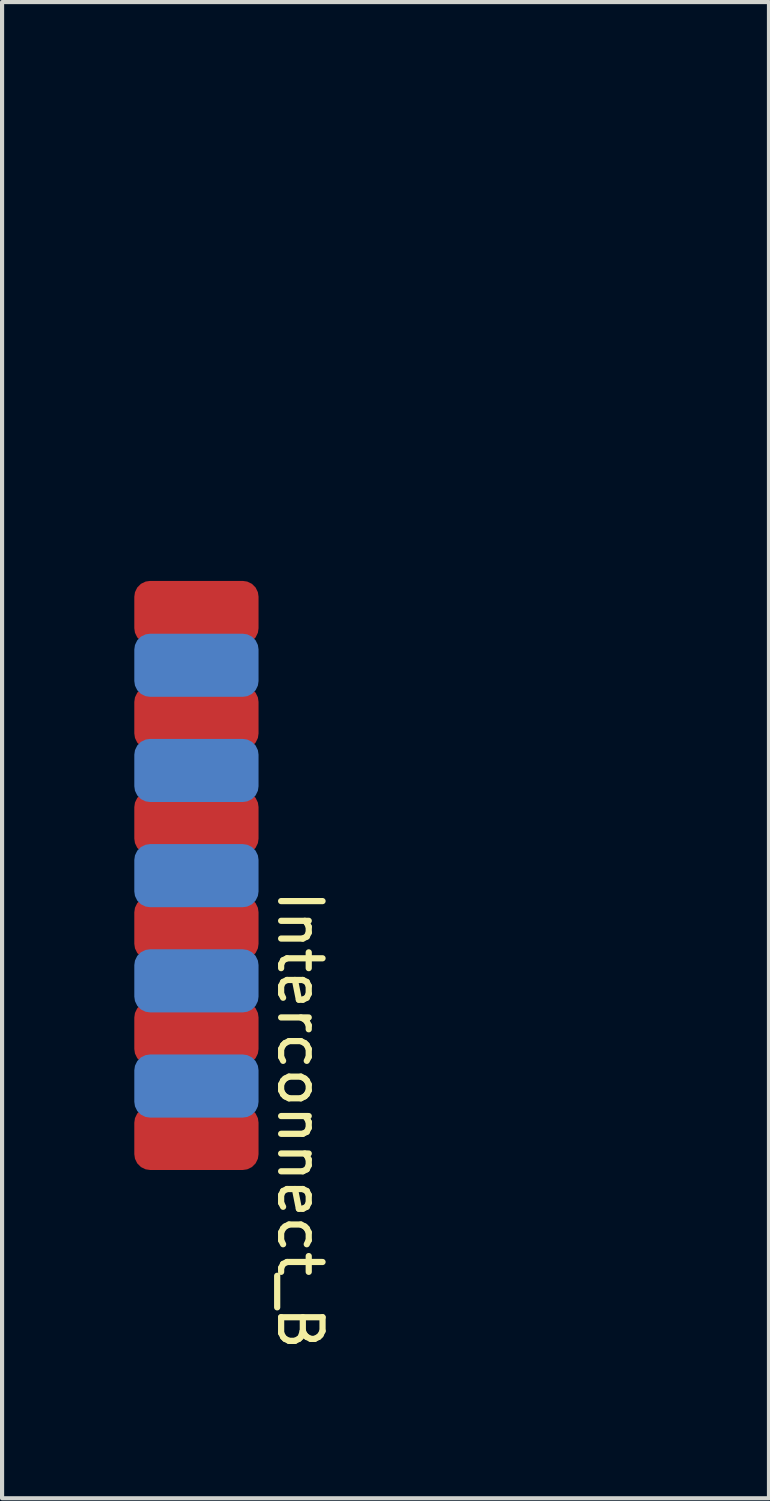
<source format=kicad_pcb>
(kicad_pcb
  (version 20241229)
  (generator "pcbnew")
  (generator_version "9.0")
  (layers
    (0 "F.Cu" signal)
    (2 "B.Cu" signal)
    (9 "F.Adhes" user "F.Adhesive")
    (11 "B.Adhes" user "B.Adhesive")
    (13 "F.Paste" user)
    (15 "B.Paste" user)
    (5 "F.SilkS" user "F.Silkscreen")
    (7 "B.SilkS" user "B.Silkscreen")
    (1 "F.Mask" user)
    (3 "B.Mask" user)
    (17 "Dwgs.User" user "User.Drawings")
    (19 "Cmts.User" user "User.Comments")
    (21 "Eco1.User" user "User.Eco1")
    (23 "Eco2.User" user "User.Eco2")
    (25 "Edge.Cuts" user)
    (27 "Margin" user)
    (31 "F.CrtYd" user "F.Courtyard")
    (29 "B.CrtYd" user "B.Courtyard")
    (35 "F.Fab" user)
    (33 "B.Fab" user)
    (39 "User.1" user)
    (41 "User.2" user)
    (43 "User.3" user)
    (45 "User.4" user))
  (footprint "Interconnect_B"
    (layer "F.Cu")
    (at 2.143 18.094)
    (property "Reference" "Interconnect_B" (at 2.05 5.9 270) (unlocked yes) (layer "F.SilkS") (effects (font (size 1 1) (thickness 0.15))))
    (attr smd)
    (fp_poly (pts (xy 4.701 -18.044) (xy 5.079 -18.044) (xy 5.432 -18.044) (xy 5.76 -18.044) (xy 6.066 -18.044) (xy 6.348 -18.044) (xy 6.609 -18.044) (xy 6.849 -18.043) (xy 7.069 -18.043) (xy 7.271 -18.043) (xy 7.454 -18.042) (xy 7.619 -18.042) (xy 7.769 -18.041) (xy 7.903 -18.04) (xy 8.022 -18.04) (xy 8.127 -18.039) (xy 8.22 -18.038) (xy 8.3 -18.037) (xy 8.369 -18.036) (xy 8.429 -18.035) (xy 8.478 -18.033) (xy 8.519 -18.032) (xy 8.553 -18.03) (xy 8.579 -18.029) (xy 8.6 -18.027) (xy 8.616 -18.025) (xy 8.62 -18.024) (xy 8.844 -17.977) (xy 9.052 -17.91) (xy 9.246 -17.821) (xy 9.43 -17.709) (xy 9.604 -17.573) (xy 9.727 -17.46) (xy 9.877 -17.295) (xy 10.004 -17.121) (xy 10.111 -16.935) (xy 10.198 -16.734) (xy 10.266 -16.516) (xy 10.287 -16.433) (xy 10.317 -16.302) (xy 10.321 -2.159) (xy 10.324 11.983) (xy 0.1 11.983) (xy 0.1 9.022) (xy 4.125 9.022) (xy 4.126 9.119) (xy 4.131 9.214) (xy 4.142 9.299) (xy 4.153 9.353) (xy 4.203 9.501) (xy 4.267 9.632) (xy 4.349 9.751) (xy 4.445 9.859) (xy 4.564 9.967) (xy 4.688 10.052) (xy 4.821 10.118) (xy 4.968 10.166) (xy 5.131 10.199) (xy 5.213 10.205) (xy 5.31 10.203) (xy 5.409 10.193) (xy 5.569 10.159) (xy 5.726 10.101) (xy 5.817 10.056) (xy 5.894 10.005) (xy 5.977 9.937) (xy 6.06 9.858) (xy 6.135 9.776) (xy 6.197 9.696) (xy 6.219 9.661) (xy 6.296 9.506) (xy 6.349 9.344) (xy 6.377 9.18) (xy 6.382 9.015) (xy 6.362 8.852) (xy 6.319 8.694) (xy 6.253 8.544) (xy 6.164 8.403) (xy 6.06 8.283) (xy 5.927 8.166) (xy 5.786 8.075) (xy 5.634 8.008) (xy 5.471 7.965) (xy 5.367 7.95) (xy 5.192 7.946) (xy 5.024 7.967) (xy 4.864 8.011) (xy 4.714 8.078) (xy 4.576 8.165) (xy 4.453 8.272) (xy 4.346 8.396) (xy 4.256 8.537) (xy 4.187 8.693) (xy 4.141 8.858) (xy 4.13 8.932) (xy 4.125 9.022) (xy 0.1 9.022) (xy 0.1 8.647) (xy -2.093 8.647) (xy -2.093 5.073) (xy -0.462 5.073) (xy -0.456 5.174) (xy -0.429 5.273) (xy -0.379 5.365) (xy -0.306 5.448) (xy -0.298 5.456) (xy -0.241 5.5) (xy -0.181 5.531) (xy -0.108 5.555) (xy -0.092 5.559) (xy -0.045 5.57) (xy -0.013 5.576) (xy 0.014 5.576) (xy 0.046 5.572) (xy 0.094 5.562) (xy 0.105 5.56) (xy 0.162 5.544) (xy 0.218 5.524) (xy 0.254 5.507) (xy 0.337 5.443) (xy 0.404 5.362) (xy 0.452 5.269) (xy 0.48 5.167) (xy 0.486 5.063) (xy 0.471 4.969) (xy 0.428 4.864) (xy 0.364 4.775) (xy 0.278 4.7) (xy 0.204 4.655) (xy 0.166 4.637) (xy 0.13 4.626) (xy 0.089 4.62) (xy 0.033 4.618) (xy 0.012 4.618) (xy -0.051 4.619) (xy -0.097 4.624) (xy -0.136 4.634) (xy -0.176 4.651) (xy -0.183 4.654) (xy -0.278 4.715) (xy -0.354 4.79) (xy -0.411 4.877) (xy -0.447 4.973) (xy -0.462 5.073) (xy -2.093 5.073) (xy -2.093 2.553) (xy -0.463 2.553) (xy -0.461 2.595) (xy -0.444 2.695) (xy -0.408 2.781) (xy -0.349 2.861) (xy -0.337 2.875) (xy -0.25 2.949) (xy -0.153 2.999) (xy -0.048 3.025) (xy 0.062 3.025) (xy 0.176 2.999) (xy 0.19 2.994) (xy 0.27 2.952) (xy 0.345 2.889) (xy 0.408 2.812) (xy 0.436 2.764) (xy 0.474 2.659) (xy 0.487 2.555) (xy 0.484 2.528) (xy 4.722 2.528) (xy 4.73 2.643) (xy 4.733 2.659) (xy 4.76 2.754) (xy 4.801 2.834) (xy 4.86 2.908) (xy 4.882 2.931) (xy 4.976 3.006) (xy 5.079 3.057) (xy 5.19 3.083) (xy 5.304 3.084) (xy 5.349 3.077) (xy 5.462 3.04) (xy 5.565 2.98) (xy 5.626 2.927) (xy 5.699 2.837) (xy 5.749 2.738) (xy 5.776 2.633) (xy 5.782 2.526) (xy 5.767 2.42) (xy 5.731 2.319) (xy 5.674 2.226) (xy 5.598 2.146) (xy 5.503 2.082) (xy 5.497 2.079) (xy 5.389 2.037) (xy 5.281 2.019) (xy 5.175 2.025) (xy 5.074 2.051) (xy 4.981 2.095) (xy 4.898 2.157) (xy 4.828 2.233) (xy 4.773 2.321) (xy 4.737 2.42) (xy 4.722 2.528) (xy 0.484 2.528) (xy 0.477 2.453) (xy 0.446 2.358) (xy 0.397 2.272) (xy 0.33 2.198) (xy 0.248 2.139) (xy 0.152 2.099) (xy 0.045 2.08) (xy 0.012 2.079) (xy -0.099 2.092) (xy -0.2 2.127) (xy -0.288 2.183) (xy -0.361 2.256) (xy -0.416 2.344) (xy -0.451 2.444) (xy -0.463 2.553) (xy -2.093 2.553) (xy -2.093 1.462) (xy 2.742 1.462) (xy 2.763 1.566) (xy 2.806 1.664) (xy 2.868 1.752) (xy 2.95 1.828) (xy 3.05 1.888) (xy 3.127 1.918) (xy 3.203 1.938) (xy 3.267 1.945) (xy 3.332 1.939) (xy 3.388 1.927) (xy 3.467 1.903) (xy 3.529 1.875) (xy 3.585 1.837) (xy 3.63 1.798) (xy 3.708 1.711) (xy 3.762 1.615) (xy 3.794 1.514) (xy 3.804 1.416) (xy 6.698 1.416) (xy 6.703 1.463) (xy 6.711 1.504) (xy 6.746 1.618) (xy 6.801 1.715) (xy 6.875 1.798) (xy 6.937 1.85) (xy 6.998 1.886) (xy 7.068 1.914) (xy 7.111 1.926) (xy 7.191 1.943) (xy 7.262 1.944) (xy 7.338 1.931) (xy 7.348 1.928) (xy 7.466 1.884) (xy 7.567 1.819) (xy 7.65 1.734) (xy 7.717 1.629) (xy 7.718 1.626) (xy 7.738 1.582) (xy 7.751 1.546) (xy 7.758 1.509) (xy 7.761 1.462) (xy 7.761 1.402) (xy 7.76 1.339) (xy 7.757 1.293) (xy 7.749 1.257) (xy 7.736 1.223) (xy 7.716 1.182) (xy 7.648 1.077) (xy 7.563 0.992) (xy 7.463 0.929) (xy 7.349 0.889) (xy 7.319 0.883) (xy 7.207 0.875) (xy 7.095 0.893) (xy 6.99 0.933) (xy 6.896 0.994) (xy 6.861 1.026) (xy 6.791 1.113) (xy 6.741 1.212) (xy 6.711 1.317) (xy 6.701 1.372) (xy 6.698 1.416) (xy 3.804 1.416) (xy 3.805 1.41) (xy 3.795 1.307) (xy 3.765 1.208) (xy 3.717 1.117) (xy 3.65 1.035) (xy 3.567 0.966) (xy 3.468 0.914) (xy 3.356 0.881) (xy 3.253 0.875) (xy 3.147 0.891) (xy 3.044 0.928) (xy 2.951 0.982) (xy 2.882 1.045) (xy 2.811 1.143) (xy 2.765 1.248) (xy 2.742 1.355) (xy 2.742 1.462) (xy -2.093 1.462) (xy -2.093 0.028) (xy -0.464 0.028) (xy -0.449 0.131) (xy -0.412 0.229) (xy -0.351 0.319) (xy -0.328 0.344) (xy -0.263 0.399) (xy -0.183 0.447) (xy -0.103 0.482) (xy -0.102 0.482) (xy -0.072 0.487) (xy -0.025 0.49) (xy 0.029 0.49) (xy 0.032 0.489) (xy 0.098 0.484) (xy 0.15 0.472) (xy 0.203 0.449) (xy 0.214 0.444) (xy 0.311 0.379) (xy 0.372 0.315) (xy 4.723 0.315) (xy 4.728 0.346) (xy 4.749 0.436) (xy 4.779 0.509) (xy 4.825 0.577) (xy 4.854 0.611) (xy 4.934 0.688) (xy 5.017 0.742) (xy 5.107 0.774) (xy 5.211 0.787) (xy 5.266 0.787) (xy 5.331 0.784) (xy 5.378 0.779) (xy 5.418 0.768) (xy 5.46 0.751) (xy 5.484 0.739) (xy 5.583 0.677) (xy 5.665 0.596) (xy 5.726 0.501) (xy 5.767 0.396) (xy 5.784 0.284) (xy 5.777 0.18) (xy 5.746 0.067) (xy 5.693 -0.034) (xy 5.621 -0.12) (xy 5.533 -0.188) (xy 5.432 -0.238) (xy 5.322 -0.265) (xy 5.205 -0.269) (xy 5.192 -0.268) (xy 5.117 -0.252) (xy 5.036 -0.221) (xy 4.959 -0.181) (xy 4.895 -0.135) (xy 4.872 -0.113) (xy 4.8 -0.015) (xy 4.75 0.091) (xy 4.724 0.203) (xy 4.723 0.315) (xy 0.372 0.315) (xy 0.391 0.296) (xy 0.445 0.205) (xy 0.465 0.158) (xy 0.477 0.117) (xy 0.482 0.069) (xy 0.483 0.01) (xy 0.481 -0.055) (xy 0.474 -0.104) (xy 0.461 -0.147) (xy 0.448 -0.178) (xy 0.388 -0.279) (xy 0.31 -0.358) (xy 0.216 -0.417) (xy 0.106 -0.454) (xy 0.099 -0.455) (xy 0.044 -0.465) (xy 0.001 -0.468) (xy -0.041 -0.463) (xy -0.083 -0.454) (xy -0.158 -0.434) (xy -0.216 -0.409) (xy -0.268 -0.376) (xy -0.298 -0.351) (xy -0.373 -0.269) (xy -0.425 -0.175) (xy -0.456 -0.075) (xy -0.464 0.028) (xy -2.093 0.028) (xy -2.093 -0.885) (xy 2.744 -0.885) (xy 2.745 -0.818) (xy 2.748 -0.77) (xy 2.756 -0.732) (xy 2.77 -0.694) (xy 2.78 -0.673) (xy 2.835 -0.58) (xy 2.909 -0.498) (xy 2.996 -0.431) (xy 3.09 -0.383) (xy 3.126 -0.372) (xy 3.216 -0.357) (xy 3.314 -0.356) (xy 3.406 -0.37) (xy 3.424 -0.375) (xy 3.532 -0.42) (xy 3.626 -0.487) (xy 3.704 -0.574) (xy 3.751 -0.655) (xy 3.79 -0.767) (xy 3.801 -0.855) (xy 6.701 -0.855) (xy 6.711 -0.786) (xy 6.747 -0.668) (xy 6.804 -0.567) (xy 6.881 -0.483) (xy 6.926 -0.448) (xy 7.023 -0.397) (xy 7.13 -0.365) (xy 7.242 -0.354) (xy 7.351 -0.365) (xy 7.449 -0.397) (xy 7.538 -0.451) (xy 7.62 -0.524) (xy 7.688 -0.61) (xy 7.718 -0.662) (xy 7.738 -0.705) (xy 7.751 -0.741) (xy 7.758 -0.778) (xy 7.761 -0.825) (xy 7.761 -0.885) (xy 7.76 -0.95) (xy 7.756 -0.997) (xy 7.748 -1.035) (xy 7.735 -1.071) (xy 7.722 -1.1) (xy 7.659 -1.2) (xy 7.576 -1.285) (xy 7.479 -1.351) (xy 7.37 -1.396) (xy 7.335 -1.405) (xy 7.224 -1.416) (xy 7.116 -1.403) (xy 7.016 -1.368) (xy 6.925 -1.314) (xy 6.846 -1.244) (xy 6.781 -1.161) (xy 6.734 -1.066) (xy 6.706 -0.964) (xy 6.701 -0.855) (xy 3.801 -0.855) (xy 3.804 -0.88) (xy 3.794 -0.991) (xy 3.76 -1.096) (xy 3.705 -1.192) (xy 3.629 -1.276) (xy 3.534 -1.345) (xy 3.493 -1.367) (xy 3.447 -1.387) (xy 3.408 -1.4) (xy 3.368 -1.406) (xy 3.317 -1.409) (xy 3.275 -1.409) (xy 3.203 -1.407) (xy 3.147 -1.401) (xy 3.1 -1.389) (xy 3.07 -1.378) (xy 2.98 -1.329) (xy 2.897 -1.257) (xy 2.826 -1.168) (xy 2.796 -1.117) (xy 2.772 -1.071) (xy 2.757 -1.035) (xy 2.748 -1.001) (xy 2.745 -0.96) (xy 2.744 -0.902) (xy 2.744 -0.885) (xy -2.093 -0.885) (xy -2.093 -2.534) (xy -0.465 -2.534) (xy -0.456 -2.433) (xy -0.425 -2.336) (xy -0.373 -2.246) (xy -0.3 -2.168) (xy -0.274 -2.147) (xy -0.177 -2.091) (xy -0.073 -2.058) (xy 0.034 -2.05) (xy 0.113 -2.063) (xy 4.723 -2.063) (xy 4.728 -1.951) (xy 4.755 -1.84) (xy 4.779 -1.782) (xy 4.807 -1.735) (xy 4.848 -1.687) (xy 4.869 -1.664) (xy 4.964 -1.586) (xy 5.068 -1.531) (xy 5.178 -1.502) (xy 5.293 -1.499) (xy 5.41 -1.521) (xy 5.411 -1.522) (xy 5.519 -1.569) (xy 5.612 -1.636) (xy 5.686 -1.721) (xy 5.74 -1.82) (xy 5.772 -1.932) (xy 5.781 -2.028) (xy 5.768 -2.147) (xy 5.733 -2.256) (xy 5.675 -2.353) (xy 5.597 -2.434) (xy 5.502 -2.497) (xy 5.416 -2.533) (xy 5.3 -2.557) (xy 5.189 -2.556) (xy 5.084 -2.533) (xy 4.989 -2.491) (xy 4.905 -2.431) (xy 4.833 -2.356) (xy 4.778 -2.268) (xy 4.74 -2.169) (xy 4.723 -2.063) (xy 0.113 -2.063) (xy 0.139 -2.067) (xy 0.16 -2.074) (xy 0.261 -2.122) (xy 0.344 -2.189) (xy 0.409 -2.269) (xy 0.456 -2.36) (xy 0.481 -2.458) (xy 0.486 -2.56) (xy 0.468 -2.662) (xy 0.427 -2.761) (xy 0.382 -2.829) (xy 0.316 -2.894) (xy 0.231 -2.948) (xy 0.135 -2.988) (xy 0.105 -2.996) (xy 0.053 -3.007) (xy 0.013 -3.012) (xy -0.025 -3.009) (xy -0.073 -2.999) (xy -0.08 -2.998) (xy -0.143 -2.982) (xy -0.188 -2.966) (xy -0.228 -2.944) (xy -0.271 -2.913) (xy -0.287 -2.9) (xy -0.364 -2.822) (xy -0.419 -2.733) (xy -0.453 -2.635) (xy -0.465 -2.534) (xy -2.093 -2.534) (xy -2.093 -3.172) (xy 2.744 -3.172) (xy 2.745 -3.107) (xy 2.748 -3.06) (xy 2.756 -3.022) (xy 2.77 -2.986) (xy 2.783 -2.957) (xy 2.822 -2.893) (xy 2.874 -2.828) (xy 2.933 -2.768) (xy 2.992 -2.721) (xy 3.026 -2.701) (xy 3.142 -2.66) (xy 3.259 -2.643) (xy 3.375 -2.653) (xy 3.486 -2.687) (xy 3.496 -2.692) (xy 3.593 -2.751) (xy 3.674 -2.829) (xy 3.737 -2.921) (xy 3.781 -3.024) (xy 3.8 -3.122) (xy 6.704 -3.122) (xy 6.725 -3.016) (xy 6.769 -2.914) (xy 6.835 -2.821) (xy 6.852 -2.803) (xy 6.943 -2.728) (xy 7.047 -2.676) (xy 7.158 -2.648) (xy 7.275 -2.645) (xy 7.372 -2.661) (xy 7.48 -2.703) (xy 7.575 -2.768) (xy 7.656 -2.856) (xy 7.717 -2.953) (xy 7.737 -2.994) (xy 7.75 -3.029) (xy 7.757 -3.065) (xy 7.76 -3.111) (xy 7.761 -3.172) (xy 7.76 -3.236) (xy 7.757 -3.282) (xy 7.75 -3.319) (xy 7.737 -3.355) (xy 7.718 -3.395) (xy 7.661 -3.485) (xy 7.585 -3.567) (xy 7.498 -3.633) (xy 7.449 -3.66) (xy 7.41 -3.677) (xy 7.374 -3.688) (xy 7.334 -3.694) (xy 7.282 -3.696) (xy 7.23 -3.696) (xy 7.163 -3.696) (xy 7.114 -3.692) (xy 7.076 -3.685) (xy 7.041 -3.673) (xy 7.015 -3.661) (xy 6.914 -3.6) (xy 6.832 -3.523) (xy 6.769 -3.433) (xy 6.727 -3.334) (xy 6.705 -3.229) (xy 6.704 -3.122) (xy 3.8 -3.122) (xy 3.802 -3.132) (xy 3.799 -3.243) (xy 3.793 -3.274) (xy 3.757 -3.391) (xy 3.7 -3.492) (xy 3.623 -3.575) (xy 3.525 -3.641) (xy 3.443 -3.677) (xy 3.353 -3.699) (xy 3.253 -3.703) (xy 3.151 -3.69) (xy 3.057 -3.661) (xy 3.05 -3.658) (xy 2.97 -3.61) (xy 2.894 -3.543) (xy 2.827 -3.464) (xy 2.78 -3.384) (xy 2.763 -3.344) (xy 2.752 -3.307) (xy 2.746 -3.265) (xy 2.744 -3.21) (xy 2.744 -3.172) (xy -2.093 -3.172) (xy -2.093 -4.277) (xy 4.722 -4.277) (xy 4.727 -4.235) (xy 4.759 -4.122) (xy 4.812 -4.022) (xy 4.883 -3.936) (xy 4.97 -3.868) (xy 5.068 -3.82) (xy 5.176 -3.792) (xy 5.29 -3.789) (xy 5.363 -3.799) (xy 5.475 -3.836) (xy 5.574 -3.895) (xy 5.656 -3.973) (xy 5.72 -4.069) (xy 5.763 -4.18) (xy 5.772 -4.216) (xy 5.783 -4.335) (xy 5.769 -4.448) (xy 5.73 -4.554) (xy 5.667 -4.65) (xy 5.622 -4.698) (xy 5.533 -4.767) (xy 5.435 -4.818) (xy 5.334 -4.849) (xy 5.235 -4.857) (xy 5.175 -4.85) (xy 5.058 -4.813) (xy 4.956 -4.757) (xy 4.869 -4.684) (xy 4.8 -4.596) (xy 4.751 -4.497) (xy 4.725 -4.39) (xy 4.722 -4.277) (xy -2.093 -4.277) (xy -2.093 -5.101) (xy -0.464 -5.101) (xy -0.459 -4.996) (xy -0.433 -4.898) (xy -0.388 -4.809) (xy -0.326 -4.732) (xy -0.25 -4.67) (xy -0.161 -4.624) (xy -0.064 -4.598) (xy 0.04 -4.593) (xy 0.149 -4.612) (xy 0.17 -4.619) (xy 0.267 -4.664) (xy 0.347 -4.726) (xy 0.408 -4.801) (xy 0.452 -4.887) (xy 0.478 -4.978) (xy 0.485 -5.073) (xy 0.475 -5.168) (xy 0.447 -5.26) (xy 0.4 -5.344) (xy 0.336 -5.418) (xy 0.281 -5.459) (xy 2.744 -5.459) (xy 2.745 -5.395) (xy 2.748 -5.35) (xy 2.755 -5.314) (xy 2.769 -5.279) (xy 2.789 -5.239) (xy 2.856 -5.134) (xy 2.941 -5.049) (xy 3.039 -4.986) (xy 3.147 -4.946) (xy 3.218 -4.932) (xy 3.282 -4.93) (xy 3.353 -4.938) (xy 3.37 -4.941) (xy 3.483 -4.975) (xy 3.582 -5.032) (xy 3.666 -5.108) (xy 3.732 -5.203) (xy 3.779 -5.314) (xy 3.793 -5.371) (xy 3.804 -5.427) (xy 3.806 -5.466) (xy 6.701 -5.466) (xy 6.711 -5.362) (xy 6.741 -5.263) (xy 6.789 -5.17) (xy 6.855 -5.088) (xy 6.939 -5.02) (xy 7.038 -4.969) (xy 7.116 -4.946) (xy 7.191 -4.932) (xy 7.257 -4.93) (xy 7.327 -4.94) (xy 7.34 -4.943) (xy 7.452 -4.98) (xy 7.552 -5.04) (xy 7.637 -5.122) (xy 7.706 -5.225) (xy 7.715 -5.242) (xy 7.737 -5.288) (xy 7.75 -5.325) (xy 7.758 -5.362) (xy 7.761 -5.409) (xy 7.761 -5.466) (xy 7.761 -5.528) (xy 7.757 -5.574) (xy 7.749 -5.61) (xy 7.735 -5.647) (xy 7.716 -5.687) (xy 7.65 -5.792) (xy 7.567 -5.876) (xy 7.468 -5.94) (xy 7.351 -5.984) (xy 7.348 -5.985) (xy 7.281 -5.999) (xy 7.224 -6.002) (xy 7.163 -5.994) (xy 7.116 -5.983) (xy 7.038 -5.959) (xy 6.976 -5.931) (xy 6.92 -5.893) (xy 6.875 -5.855) (xy 6.798 -5.768) (xy 6.744 -5.672) (xy 6.712 -5.57) (xy 6.701 -5.466) (xy 3.806 -5.466) (xy 3.806 -5.471) (xy 3.802 -5.517) (xy 3.793 -5.56) (xy 3.759 -5.674) (xy 3.704 -5.772) (xy 3.63 -5.855) (xy 3.572 -5.903) (xy 3.516 -5.938) (xy 3.453 -5.964) (xy 3.374 -5.986) (xy 3.267 -6) (xy 3.16 -5.988) (xy 3.058 -5.953) (xy 2.963 -5.896) (xy 2.879 -5.82) (xy 2.81 -5.726) (xy 2.788 -5.684) (xy 2.767 -5.64) (xy 2.754 -5.604) (xy 2.747 -5.567) (xy 2.744 -5.52) (xy 2.744 -5.459) (xy 0.281 -5.459) (xy 0.254 -5.479) (xy 0.169 -5.518) (xy 0.062 -5.542) (xy -0.044 -5.541) (xy -0.146 -5.518) (xy -0.239 -5.474) (xy -0.321 -5.411) (xy -0.388 -5.331) (xy -0.435 -5.236) (xy -0.444 -5.211) (xy -0.464 -5.101) (xy -2.093 -5.101) (xy -2.093 -6.625) (xy 4.721 -6.625) (xy 4.732 -6.509) (xy 4.733 -6.503) (xy 4.762 -6.404) (xy 4.806 -6.319) (xy 4.87 -6.242) (xy 4.881 -6.23) (xy 4.974 -6.157) (xy 5.08 -6.106) (xy 5.138 -6.089) (xy 5.204 -6.077) (xy 5.261 -6.074) (xy 5.322 -6.081) (xy 5.369 -6.09) (xy 5.469 -6.122) (xy 5.559 -6.175) (xy 5.634 -6.241) (xy 5.704 -6.33) (xy 5.752 -6.428) (xy 5.778 -6.533) (xy 5.782 -6.64) (xy 5.766 -6.745) (xy 5.729 -6.845) (xy 5.673 -6.937) (xy 5.598 -7.015) (xy 5.505 -7.078) (xy 5.495 -7.083) (xy 5.384 -7.124) (xy 5.274 -7.14) (xy 5.167 -7.134) (xy 5.066 -7.108) (xy 4.973 -7.062) (xy 4.89 -7) (xy 4.821 -6.923) (xy 4.769 -6.834) (xy 4.734 -6.734) (xy 4.721 -6.625) (xy -2.093 -6.625) (xy -2.093 -7.762) (xy 2.737 -7.762) (xy 2.747 -7.656) (xy 2.779 -7.554) (xy 2.831 -7.459) (xy 2.902 -7.376) (xy 2.991 -7.307) (xy 3.095 -7.255) (xy 3.127 -7.244) (xy 3.203 -7.223) (xy 3.267 -7.217) (xy 3.332 -7.223) (xy 3.388 -7.235) (xy 3.467 -7.259) (xy 3.529 -7.287) (xy 3.585 -7.325) (xy 3.63 -7.363) (xy 3.707 -7.451) (xy 3.762 -7.55) (xy 3.795 -7.656) (xy 3.802 -7.747) (xy 6.698 -7.747) (xy 6.703 -7.701) (xy 6.711 -7.658) (xy 6.746 -7.544) (xy 6.801 -7.446) (xy 6.875 -7.363) (xy 6.973 -7.29) (xy 7.078 -7.243) (xy 7.189 -7.221) (xy 7.304 -7.226) (xy 7.409 -7.253) (xy 7.515 -7.304) (xy 7.606 -7.377) (xy 7.68 -7.47) (xy 7.736 -7.58) (xy 7.743 -7.598) (xy 7.765 -7.7) (xy 7.765 -7.808) (xy 7.742 -7.915) (xy 7.715 -7.98) (xy 7.65 -8.082) (xy 7.573 -8.163) (xy 7.485 -8.223) (xy 7.389 -8.264) (xy 7.29 -8.284) (xy 7.189 -8.285) (xy 7.09 -8.267) (xy 6.995 -8.23) (xy 6.909 -8.175) (xy 6.833 -8.102) (xy 6.771 -8.012) (xy 6.726 -7.905) (xy 6.711 -7.847) (xy 6.701 -7.791) (xy 6.698 -7.747) (xy 3.802 -7.747) (xy 3.804 -7.766) (xy 3.79 -7.875) (xy 3.753 -7.98) (xy 3.693 -8.078) (xy 3.651 -8.125) (xy 3.561 -8.2) (xy 3.462 -8.252) (xy 3.357 -8.28) (xy 3.25 -8.286) (xy 3.145 -8.271) (xy 3.044 -8.234) (xy 2.951 -8.176) (xy 2.869 -8.098) (xy 2.802 -8.001) (xy 2.788 -7.975) (xy 2.75 -7.87) (xy 2.737 -7.762) (xy -2.093 -7.762) (xy -2.093 -8.614) (xy 0.1 -8.614) (xy 0.1 -15.994) (xy 4.123 -15.994) (xy 4.124 -15.929) (xy 4.126 -15.874) (xy 4.135 -15.762) (xy 4.149 -15.667) (xy 4.172 -15.58) (xy 4.205 -15.492) (xy 4.224 -15.45) (xy 4.307 -15.301) (xy 4.411 -15.168) (xy 4.534 -15.051) (xy 4.673 -14.952) (xy 4.825 -14.875) (xy 4.988 -14.82) (xy 5.069 -14.802) (xy 5.15 -14.794) (xy 5.248 -14.793) (xy 5.352 -14.799) (xy 5.454 -14.811) (xy 5.544 -14.829) (xy 5.566 -14.835) (xy 5.713 -14.888) (xy 5.844 -14.956) (xy 5.963 -15.043) (xy 6.078 -15.153) (xy 6.081 -15.156) (xy 6.185 -15.283) (xy 6.266 -15.419) (xy 6.329 -15.569) (xy 6.351 -15.643) (xy 6.365 -15.713) (xy 6.375 -15.8) (xy 6.379 -15.896) (xy 6.379 -15.993) (xy 6.373 -16.08) (xy 6.364 -16.138) (xy 6.316 -16.308) (xy 6.244 -16.464) (xy 6.151 -16.607) (xy 6.038 -16.733) (xy 5.907 -16.842) (xy 5.758 -16.931) (xy 5.601 -16.997) (xy 5.551 -17.013) (xy 5.511 -17.025) (xy 5.472 -17.033) (xy 5.429 -17.037) (xy 5.374 -17.04) (xy 5.303 -17.041) (xy 5.259 -17.041) (xy 5.156 -17.04) (xy 5.073 -17.036) (xy 5.002 -17.027) (xy 4.936 -17.011) (xy 4.869 -16.988) (xy 4.792 -16.956) (xy 4.784 -16.953) (xy 4.64 -16.874) (xy 4.508 -16.773) (xy 4.392 -16.654) (xy 4.294 -16.518) (xy 4.215 -16.368) (xy 4.159 -16.208) (xy 4.148 -16.165) (xy 4.135 -16.103) (xy 4.127 -16.049) (xy 4.123 -15.994) (xy 0.1 -15.994) (xy 0.1 -18.044) (xy 4.297 -18.044)) (stroke (width 0.1) (type solid)) (fill no) (layer "Eco1.User"))
    (pad "1" smd roundrect (at -0.45 5.08) (size 3 1.524) (layers "B.Cu" "B.Mask" "B.Paste") (roundrect_rratio 0.25))
    (pad "2" smd roundrect (at -0.45 3.805) (size 3 1.524) (layers "F.Cu" "F.Mask" "F.Paste") (roundrect_rratio 0.25))
    (pad "3" smd roundrect (at -0.45 6.345) (size 3 1.524) (layers "F.Cu" "F.Mask" "F.Paste") (roundrect_rratio 0.25))
    (pad "4" smd roundrect (at -0.45 -5.08) (size 3 1.524) (layers "B.Cu" "B.Mask" "B.Paste") (roundrect_rratio 0.25))
    (pad "5" smd roundrect (at -0.45 1.265) (size 3 1.524) (layers "F.Cu" "F.Mask" "F.Paste") (roundrect_rratio 0.25))
    (pad "6" smd roundrect (at -0.45 -1.275) (size 3 1.524) (layers "F.Cu" "F.Mask" "F.Paste") (roundrect_rratio 0.25))
    (pad "7" smd roundrect (at -0.45 -3.815) (size 3 1.524) (layers "F.Cu" "F.Mask" "F.Paste") (roundrect_rratio 0.25))
    (pad "8" smd roundrect (at -0.45 2.54) (size 3 1.524) (layers "B.Cu" "B.Mask" "B.Paste") (roundrect_rratio 0.25))
    (pad "9" smd roundrect (at -0.45 -2.54) (size 3 1.524) (layers "B.Cu" "B.Mask" "B.Paste") (roundrect_rratio 0.25))
    (pad "10" smd roundrect (at -0.45 0) (size 3 1.524) (layers "B.Cu" "B.Mask" "B.Paste") (roundrect_rratio 0.25))
    (pad "11" smd roundrect (at -0.45 -6.355) (size 3 1.524) (layers "F.Cu" "F.Mask" "F.Paste") (roundrect_rratio 0.25)))
  (gr_rect
    (start -3 -3)
    (end 15.518 33.128)
    (stroke (width 0.1) (type default))
    (fill no)
    (layer "Edge.Cuts")))
</source>
